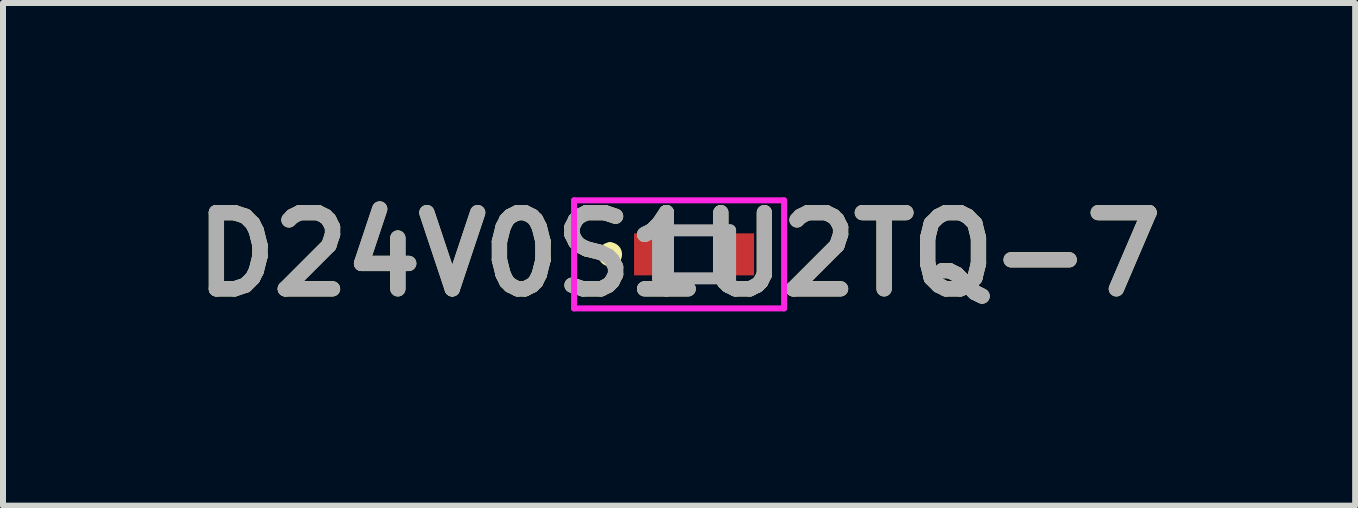
<source format=kicad_pcb>
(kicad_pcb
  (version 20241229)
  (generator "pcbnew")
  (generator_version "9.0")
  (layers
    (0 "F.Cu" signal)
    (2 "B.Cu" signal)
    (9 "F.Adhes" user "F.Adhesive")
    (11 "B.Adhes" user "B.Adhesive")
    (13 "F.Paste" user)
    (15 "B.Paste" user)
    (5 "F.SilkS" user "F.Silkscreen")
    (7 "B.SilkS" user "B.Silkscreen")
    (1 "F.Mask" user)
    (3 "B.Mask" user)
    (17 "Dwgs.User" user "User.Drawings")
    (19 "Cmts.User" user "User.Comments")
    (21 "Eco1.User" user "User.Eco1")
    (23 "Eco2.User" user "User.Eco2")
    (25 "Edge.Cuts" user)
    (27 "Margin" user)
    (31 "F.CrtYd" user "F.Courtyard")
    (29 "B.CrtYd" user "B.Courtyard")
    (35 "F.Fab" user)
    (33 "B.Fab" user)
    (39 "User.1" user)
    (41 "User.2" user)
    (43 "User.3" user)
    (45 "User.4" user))
  (footprint "D24V0S1U2TQ-7"
    (layer "F.Cu")
    (at 8.517 1.189)
    (property "Reference" "D24V0S1U2TQ-7" (at -0.25 0 0) (layer "F.SilkS") (effects (font (size 1.27 1.27) (thickness 0.254))))
    (attr smd)
    (fp_line (start -1.4 -0.1) (end -1.4 -0.1) (stroke (width 0.2) (type solid)) (layer "F.SilkS"))
    (fp_line (start -1.4 0.1) (end -1.4 0.1) (stroke (width 0.2) (type solid)) (layer "F.SilkS"))
    (fp_line (start -0.2 -0.4) (end 0.2 -0.4) (stroke (width 0.1) (type solid)) (layer "F.SilkS"))
    (fp_line (start -0.2 0.4) (end 0.2 0.4) (stroke (width 0.1) (type solid)) (layer "F.SilkS"))
    (fp_arc (start -1.4 -0.1) (mid -1.3 0) (end -1.4 0.1) (stroke (width 0.2) (type solid)) (layer "F.SilkS"))
    (fp_arc (start -1.4 0.1) (mid -1.5 0) (end -1.4 -0.1) (stroke (width 0.2) (type solid)) (layer "F.SilkS"))
    (fp_line (start -2 -0.9) (end 1.5 -0.9) (stroke (width 0.1) (type solid)) (layer "F.CrtYd"))
    (fp_line (start -2 0.9) (end -2 -0.9) (stroke (width 0.1) (type solid)) (layer "F.CrtYd"))
    (fp_line (start 1.5 -0.9) (end 1.5 0.9) (stroke (width 0.1) (type solid)) (layer "F.CrtYd"))
    (fp_line (start 1.5 0.9) (end -2 0.9) (stroke (width 0.1) (type solid)) (layer "F.CrtYd"))
    (fp_line (start -0.6 -0.4) (end 0.6 -0.4) (stroke (width 0.2) (type solid)) (layer "F.Fab"))
    (fp_line (start -0.6 0.4) (end -0.6 -0.4) (stroke (width 0.2) (type solid)) (layer "F.Fab"))
    (fp_line (start 0.6 -0.4) (end 0.6 0.4) (stroke (width 0.2) (type solid)) (layer "F.Fab"))
    (fp_line (start 0.6 0.4) (end -0.6 0.4) (stroke (width 0.2) (type solid)) (layer "F.Fab"))
    (fp_text user "${REFERENCE}" (at -0.25 0 0) (layer "F.Fab") (effects (font (size 1.27 1.27) (thickness 0.254))))
    (pad "1" smd rect (at -0.7 0) (size 0.6 0.7) (layers "F.Cu" "F.Mask" "F.Paste"))
    (pad "2" smd rect (at 0.7 0) (size 0.6 0.7) (layers "F.Cu" "F.Mask" "F.Paste")))
  (gr_rect
    (start -3 -3)
    (end 19.534 5.377)
    (stroke (width 0.1) (type default))
    (fill no)
    (layer "Edge.Cuts")))
</source>
